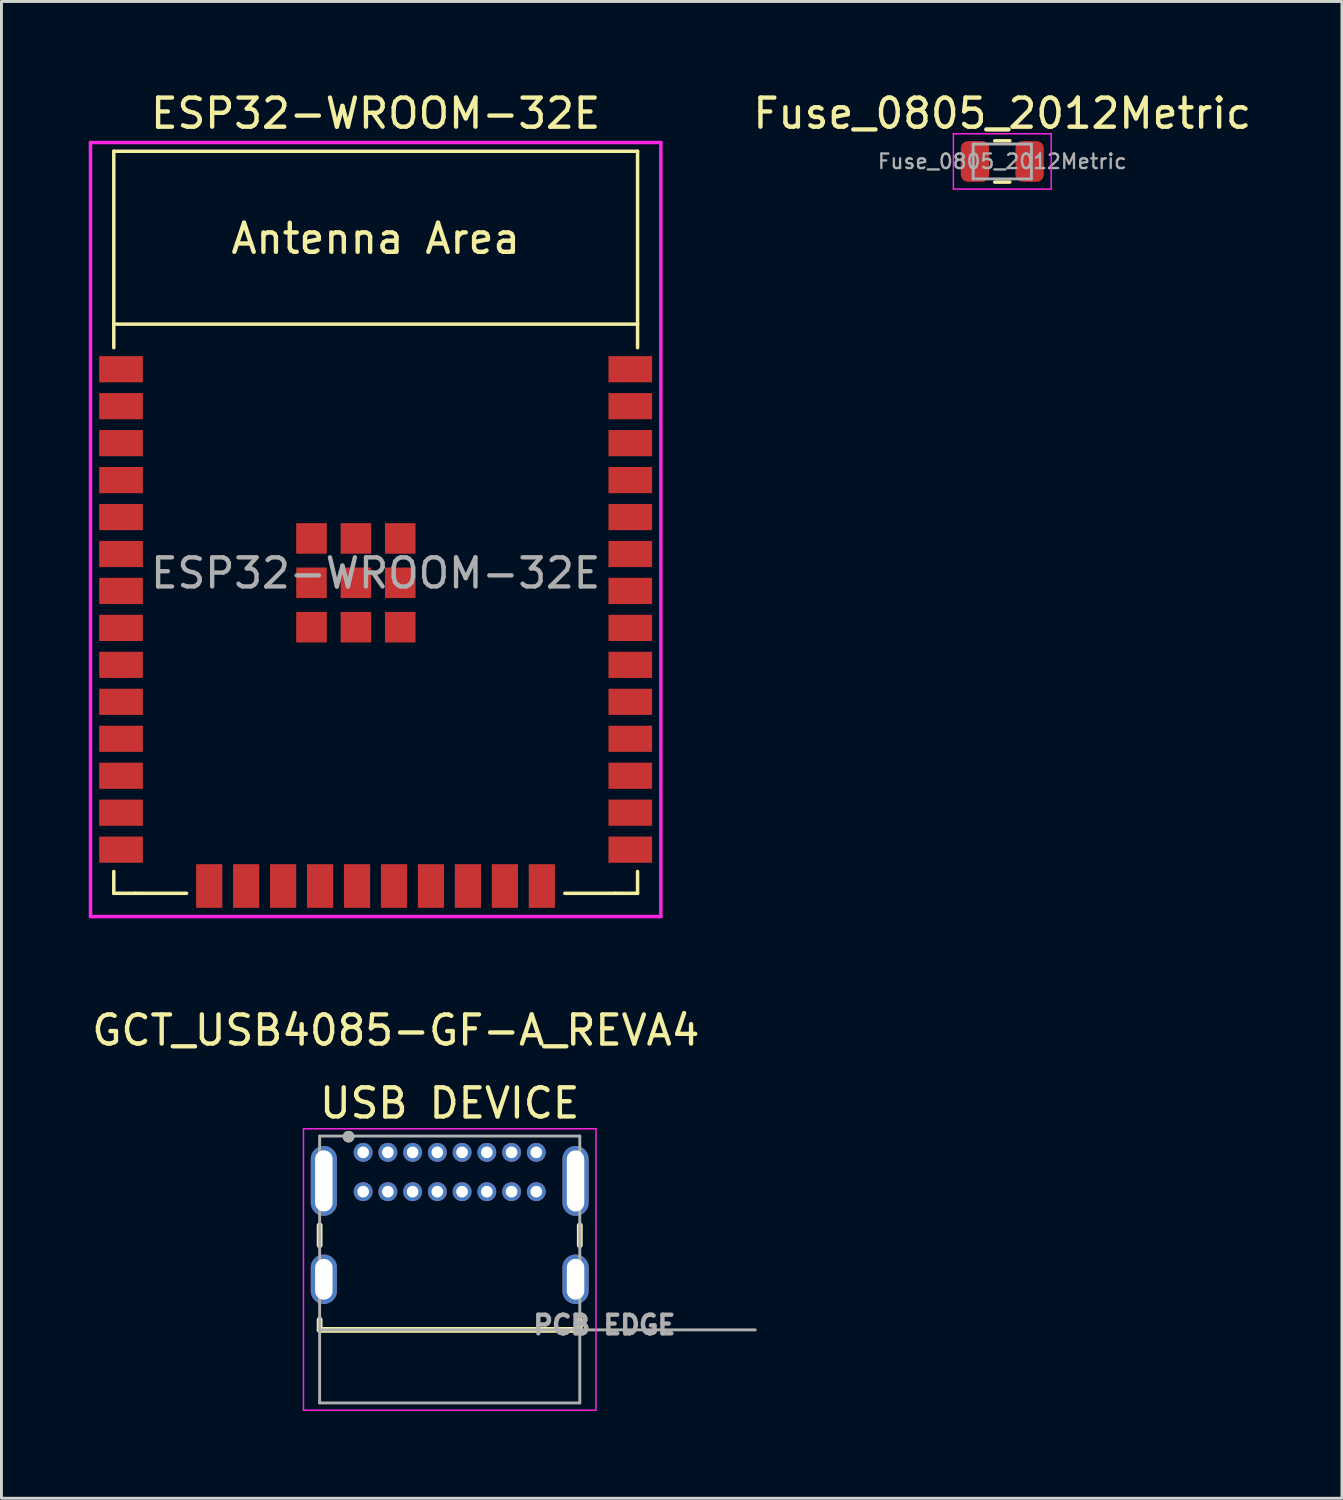
<source format=kicad_pcb>
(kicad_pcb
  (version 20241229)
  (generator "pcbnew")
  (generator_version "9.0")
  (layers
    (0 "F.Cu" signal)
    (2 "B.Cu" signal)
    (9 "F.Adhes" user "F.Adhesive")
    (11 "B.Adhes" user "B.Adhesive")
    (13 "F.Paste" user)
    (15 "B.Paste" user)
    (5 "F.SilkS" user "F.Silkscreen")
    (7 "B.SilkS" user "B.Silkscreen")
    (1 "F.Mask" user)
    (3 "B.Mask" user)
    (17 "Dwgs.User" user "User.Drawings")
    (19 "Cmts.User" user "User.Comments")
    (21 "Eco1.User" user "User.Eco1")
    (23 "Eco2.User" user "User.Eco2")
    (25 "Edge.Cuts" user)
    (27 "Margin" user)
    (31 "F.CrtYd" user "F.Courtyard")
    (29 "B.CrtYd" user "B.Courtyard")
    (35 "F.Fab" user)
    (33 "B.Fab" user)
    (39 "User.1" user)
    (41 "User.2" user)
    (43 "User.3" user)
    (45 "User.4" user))
  (footprint "Fuse_0805_2012Metric"
    (layer "F.Cu")
    (at 31.393 2.498)
    (property "Reference" "Fuse_0805_2012Metric" (at 0 -1.65 0) (layer "F.SilkS") (effects (font (size 1 1) (thickness 0.15))))
    (attr smd)
    (fp_line (start -0.259 -0.71) (end 0.259 -0.71) (stroke (width 0.12) (type solid)) (layer "F.SilkS"))
    (fp_line (start -0.259 0.71) (end 0.259 0.71) (stroke (width 0.12) (type solid)) (layer "F.SilkS"))
    (fp_line (start -1.68 -0.95) (end 1.68 -0.95) (stroke (width 0.05) (type solid)) (layer "F.CrtYd"))
    (fp_line (start -1.68 0.95) (end -1.68 -0.95) (stroke (width 0.05) (type solid)) (layer "F.CrtYd"))
    (fp_line (start 1.68 -0.95) (end 1.68 0.95) (stroke (width 0.05) (type solid)) (layer "F.CrtYd"))
    (fp_line (start 1.68 0.95) (end -1.68 0.95) (stroke (width 0.05) (type solid)) (layer "F.CrtYd"))
    (fp_line (start -1 -0.6) (end 1 -0.6) (stroke (width 0.1) (type solid)) (layer "F.Fab"))
    (fp_line (start -1 0.6) (end -1 -0.6) (stroke (width 0.1) (type solid)) (layer "F.Fab"))
    (fp_line (start 1 -0.6) (end 1 0.6) (stroke (width 0.1) (type solid)) (layer "F.Fab"))
    (fp_line (start 1 0.6) (end -1 0.6) (stroke (width 0.1) (type solid)) (layer "F.Fab"))
    (fp_text user "${REFERENCE}" (at 0 0 0) (layer "F.Fab") (effects (font (size 0.5 0.5) (thickness 0.08))))
    (pad "1" smd roundrect (at -0.938 0) (size 0.975 1.4) (layers "F.Cu" "F.Mask" "F.Paste") (roundrect_rratio 0.25))
    (pad "2" smd roundrect (at 0.938 0) (size 0.975 1.4) (layers "F.Cu" "F.Mask" "F.Paste") (roundrect_rratio 0.25)))
  (footprint "GCT_USB4085-GF-A_REVA4"
    (layer "F.Cu")
    (at 12.404 40.911)
    (property "Reference" "GCT_USB4085-GF-A_REVA4" (at -1.85 -8.555 0) (layer "F.SilkS") (effects (font (size 1 1) (thickness 0.15))))
    (property "Label" "USB DEVICE" (at 0 0 0) (layer "F.Fab") (hide yes) (effects (font (size 1.27 1.27) (thickness 0.15))))
    (attr through_hole)
    (fp_line (start -4.47 -1.85) (end -4.47 -1.17) (stroke (width 0.2) (type solid)) (layer "F.SilkS"))
    (fp_line (start -4.47 1.39) (end -4.47 1.74) (stroke (width 0.2) (type solid)) (layer "F.SilkS"))
    (fp_line (start -4.47 1.74) (end 4.47 1.74) (stroke (width 0.2) (type solid)) (layer "F.SilkS"))
    (fp_line (start 4.47 -1.85) (end 4.47 -1.17) (stroke (width 0.2) (type solid)) (layer "F.SilkS"))
    (fp_line (start 4.47 1.74) (end 4.47 1.39) (stroke (width 0.2) (type solid)) (layer "F.SilkS"))
    (fp_circle (center -3.475 -4.9) (end -3.375 -4.9) (stroke (width 0.2) (type solid)) (fill no) (layer "F.SilkS"))
    (fp_line (start -5.025 -5.17) (end 5.025 -5.17) (stroke (width 0.05) (type solid)) (layer "F.CrtYd"))
    (fp_line (start -5.025 4.5) (end -5.025 -5.17) (stroke (width 0.05) (type solid)) (layer "F.CrtYd"))
    (fp_line (start 5.025 -5.17) (end 5.025 4.5) (stroke (width 0.05) (type solid)) (layer "F.CrtYd"))
    (fp_line (start 5.025 4.5) (end -5.025 4.5) (stroke (width 0.05) (type solid)) (layer "F.CrtYd"))
    (fp_line (start -4.47 -4.92) (end 4.47 -4.92) (stroke (width 0.1) (type solid)) (layer "F.Fab"))
    (fp_line (start -4.47 1.74) (end -4.47 -4.92) (stroke (width 0.1) (type solid)) (layer "F.Fab"))
    (fp_line (start -4.47 1.74) (end 10.5 1.74) (stroke (width 0.1) (type solid)) (layer "F.Fab"))
    (fp_line (start -4.47 4.25) (end -4.47 1.74) (stroke (width 0.1) (type solid)) (layer "F.Fab"))
    (fp_line (start 4.47 -4.92) (end 4.47 4.25) (stroke (width 0.1) (type solid)) (layer "F.Fab"))
    (fp_line (start 4.47 4.25) (end -4.47 4.25) (stroke (width 0.1) (type solid)) (layer "F.Fab"))
    (fp_circle (center -3.475 -4.9) (end -3.375 -4.9) (stroke (width 0.2) (type solid)) (fill no) (layer "F.Fab"))
    (fp_text user "${Label}" (at 0 -6.05 0) (layer "F.SilkS") (effects (font (size 1 1) (thickness 0.15))))
    (fp_text user "PCB EDGE" (at 5.315 1.57 0) (layer "F.Fab") (effects (font (size 0.64 0.64) (thickness 0.15))))
    (pad "A1" thru_hole circle (at -2.975 -4.36) (size 0.65 0.65) (drill 0.4) (layers "*.Cu" "*.Mask"))
    (pad "A4" thru_hole circle (at -2.125 -4.36) (size 0.65 0.65) (drill 0.4) (layers "*.Cu" "*.Mask"))
    (pad "A5" thru_hole circle (at -1.275 -4.36) (size 0.65 0.65) (drill 0.4) (layers "*.Cu" "*.Mask"))
    (pad "A6" thru_hole circle (at -0.425 -4.36) (size 0.65 0.65) (drill 0.4) (layers "*.Cu" "*.Mask"))
    (pad "A7" thru_hole circle (at 0.425 -4.36) (size 0.65 0.65) (drill 0.4) (layers "*.Cu" "*.Mask"))
    (pad "A8" thru_hole circle (at 1.275 -4.36) (size 0.65 0.65) (drill 0.4) (layers "*.Cu" "*.Mask"))
    (pad "A9" thru_hole circle (at 2.125 -4.36) (size 0.65 0.65) (drill 0.4) (layers "*.Cu" "*.Mask"))
    (pad "A12" thru_hole circle (at 2.975 -4.36) (size 0.65 0.65) (drill 0.4) (layers "*.Cu" "*.Mask"))
    (pad "B1" thru_hole circle (at 2.975 -3.01) (size 0.65 0.65) (drill 0.4) (layers "*.Cu" "*.Mask"))
    (pad "B4" thru_hole circle (at 2.125 -3.01) (size 0.65 0.65) (drill 0.4) (layers "*.Cu" "*.Mask"))
    (pad "B5" thru_hole circle (at 1.275 -3.01) (size 0.65 0.65) (drill 0.4) (layers "*.Cu" "*.Mask"))
    (pad "B6" thru_hole circle (at 0.425 -3.01) (size 0.65 0.65) (drill 0.4) (layers "*.Cu" "*.Mask"))
    (pad "B7" thru_hole circle (at -0.425 -3.01) (size 0.65 0.65) (drill 0.4) (layers "*.Cu" "*.Mask"))
    (pad "B8" thru_hole circle (at -1.275 -3.01) (size 0.65 0.65) (drill 0.4) (layers "*.Cu" "*.Mask"))
    (pad "B9" thru_hole circle (at -2.125 -3.01) (size 0.65 0.65) (drill 0.4) (layers "*.Cu" "*.Mask"))
    (pad "B12" thru_hole circle (at -2.975 -3.01) (size 0.65 0.65) (drill 0.4) (layers "*.Cu" "*.Mask"))
    (pad "S1" thru_hole oval (at -4.325 0) (size 0.9 1.7) (drill oval 0.6 1.4) (layers "*.Cu" "*.Mask"))
    (pad "S2" thru_hole oval (at 4.325 0) (size 0.9 1.7) (drill oval 0.6 1.4) (layers "*.Cu" "*.Mask"))
    (pad "S3" thru_hole oval (at -4.325 -3.38) (size 0.9 2.4) (drill oval 0.6 2.1) (layers "*.Cu" "*.Mask"))
    (pad "S4" thru_hole oval (at 4.325 -3.38) (size 0.9 2.4) (drill oval 0.6 2.1) (layers "*.Cu" "*.Mask")))
  (footprint "ESP32-WROOM-32E"
    (layer "F.Cu")
    (at 9.86 16.648)
    (property "Reference" "ESP32-WROOM-32E" (at 0 -15.8 0) (layer "F.SilkS") (effects (font (size 1 1) (thickness 0.15))))
    (attr smd)
    (fp_line (start -9 -14.5) (end -9 -7.75) (stroke (width 0.12) (type solid)) (layer "F.SilkS"))
    (fp_line (start -9 -14.5) (end 9 -14.5) (stroke (width 0.12) (type solid)) (layer "F.SilkS"))
    (fp_line (start -9 10.25) (end -9 11) (stroke (width 0.12) (type solid)) (layer "F.SilkS"))
    (fp_line (start -9 11) (end -8.25 11) (stroke (width 0.12) (type solid)) (layer "F.SilkS"))
    (fp_line (start -8.25 11) (end -6.5 11) (stroke (width 0.12) (type solid)) (layer "F.SilkS"))
    (fp_line (start 8.25 11) (end 6.5 11) (stroke (width 0.12) (type solid)) (layer "F.SilkS"))
    (fp_line (start 9 -14.5) (end 9 -7.75) (stroke (width 0.12) (type solid)) (layer "F.SilkS"))
    (fp_line (start 9 -8.56) (end -9 -8.56) (stroke (width 0.12) (type solid)) (layer "F.SilkS"))
    (fp_line (start 9 10.25) (end 9 11) (stroke (width 0.12) (type solid)) (layer "F.SilkS"))
    (fp_line (start 9 11) (end 8.25 11) (stroke (width 0.12) (type solid)) (layer "F.SilkS"))
    (fp_line (start -9 -14.5) (end 9 -14.5) (stroke (width 0.12) (type solid)) (layer "Eco2.User"))
    (fp_line (start -9 -8.56) (end 9 -8.56) (stroke (width 0.12) (type solid)) (layer "Eco2.User"))
    (fp_line (start -9 11) (end -9 -14.5) (stroke (width 0.12) (type solid)) (layer "Eco2.User"))
    (fp_line (start 9 -14.5) (end 9 11) (stroke (width 0.12) (type solid)) (layer "Eco2.User"))
    (fp_line (start 9 11) (end -9 11) (stroke (width 0.12) (type solid)) (layer "Eco2.User"))
    (fp_line (start -9.8 -14.8) (end -9.8 11.8) (stroke (width 0.12) (type solid)) (layer "F.CrtYd"))
    (fp_line (start -9.8 11.8) (end 9.8 11.8) (stroke (width 0.12) (type solid)) (layer "F.CrtYd"))
    (fp_line (start 9.8 -14.8) (end -9.8 -14.8) (stroke (width 0.12) (type solid)) (layer "F.CrtYd"))
    (fp_line (start 9.8 -14.8) (end 9.8 11.8) (stroke (width 0.12) (type solid)) (layer "F.CrtYd"))
    (fp_text user "Antenna Area" (at 0 -11.5 0) (layer "F.SilkS") (effects (font (size 1 1) (thickness 0.15))))
    (fp_text user "Antenna Area" (at 0 -11.5 0) (layer "Eco2.User") (effects (font (size 1 1) (thickness 0.15))))
    (fp_text user "${REFERENCE}" (at 0 0 0) (layer "F.Fab") (effects (font (size 1 1) (thickness 0.15))))
    (pad "1" smd rect (at -8.75 -7.01) (size 1.5 0.9) (layers "F.Cu" "F.Mask" "F.Paste"))
    (pad "2" smd rect (at -8.75 -5.74) (size 1.5 0.9) (layers "F.Cu" "F.Mask" "F.Paste"))
    (pad "3" smd rect (at -8.75 -4.47) (size 1.5 0.9) (layers "F.Cu" "F.Mask" "F.Paste"))
    (pad "4" smd rect (at -8.75 -3.2) (size 1.5 0.9) (layers "F.Cu" "F.Mask" "F.Paste"))
    (pad "5" smd rect (at -8.75 -1.93) (size 1.5 0.9) (layers "F.Cu" "F.Mask" "F.Paste"))
    (pad "6" smd rect (at -8.75 -0.66) (size 1.5 0.9) (layers "F.Cu" "F.Mask" "F.Paste"))
    (pad "7" smd rect (at -8.75 0.61) (size 1.5 0.9) (layers "F.Cu" "F.Mask" "F.Paste"))
    (pad "8" smd rect (at -8.75 1.88) (size 1.5 0.9) (layers "F.Cu" "F.Mask" "F.Paste"))
    (pad "9" smd rect (at -8.75 3.15) (size 1.5 0.9) (layers "F.Cu" "F.Mask" "F.Paste"))
    (pad "10" smd rect (at -8.75 4.42) (size 1.5 0.9) (layers "F.Cu" "F.Mask" "F.Paste"))
    (pad "11" smd rect (at -8.75 5.69) (size 1.5 0.9) (layers "F.Cu" "F.Mask" "F.Paste"))
    (pad "12" smd rect (at -8.75 6.96) (size 1.5 0.9) (layers "F.Cu" "F.Mask" "F.Paste"))
    (pad "13" smd rect (at -8.75 8.23) (size 1.5 0.9) (layers "F.Cu" "F.Mask" "F.Paste"))
    (pad "14" smd rect (at -8.75 9.5) (size 1.5 0.9) (layers "F.Cu" "F.Mask" "F.Paste"))
    (pad "15" smd rect (at -5.72 10.75 90) (size 1.5 0.9) (layers "F.Cu" "F.Mask" "F.Paste"))
    (pad "16" smd rect (at -4.45 10.75 90) (size 1.5 0.9) (layers "F.Cu" "F.Mask" "F.Paste"))
    (pad "17" smd rect (at -3.18 10.75 90) (size 1.5 0.9) (layers "F.Cu" "F.Mask" "F.Paste"))
    (pad "18" smd rect (at -1.91 10.75 90) (size 1.5 0.9) (layers "F.Cu" "F.Mask" "F.Paste"))
    (pad "19" smd rect (at -0.64 10.75 90) (size 1.5 0.9) (layers "F.Cu" "F.Mask" "F.Paste"))
    (pad "20" smd rect (at 0.63 10.75 90) (size 1.5 0.9) (layers "F.Cu" "F.Mask" "F.Paste"))
    (pad "21" smd rect (at 1.9 10.75 90) (size 1.5 0.9) (layers "F.Cu" "F.Mask" "F.Paste"))
    (pad "22" smd rect (at 3.17 10.75 90) (size 1.5 0.9) (layers "F.Cu" "F.Mask" "F.Paste"))
    (pad "23" smd rect (at 4.44 10.75 90) (size 1.5 0.9) (layers "F.Cu" "F.Mask" "F.Paste"))
    (pad "24" smd rect (at 5.71 10.75 90) (size 1.5 0.9) (layers "F.Cu" "F.Mask" "F.Paste"))
    (pad "25" smd rect (at 8.75 9.5 180) (size 1.5 0.9) (layers "F.Cu" "F.Mask" "F.Paste"))
    (pad "26" smd rect (at 8.75 8.23 180) (size 1.5 0.9) (layers "F.Cu" "F.Mask" "F.Paste"))
    (pad "27" smd rect (at 8.75 6.96 180) (size 1.5 0.9) (layers "F.Cu" "F.Mask" "F.Paste"))
    (pad "28" smd rect (at 8.75 5.69 180) (size 1.5 0.9) (layers "F.Cu" "F.Mask" "F.Paste"))
    (pad "29" smd rect (at 8.75 4.42 180) (size 1.5 0.9) (layers "F.Cu" "F.Mask" "F.Paste"))
    (pad "30" smd rect (at 8.75 3.15 180) (size 1.5 0.9) (layers "F.Cu" "F.Mask" "F.Paste"))
    (pad "31" smd rect (at 8.75 1.88 180) (size 1.5 0.9) (layers "F.Cu" "F.Mask" "F.Paste"))
    (pad "32" smd rect (at 8.75 0.61 180) (size 1.5 0.9) (layers "F.Cu" "F.Mask" "F.Paste"))
    (pad "33" smd rect (at 8.75 -0.66 180) (size 1.5 0.9) (layers "F.Cu" "F.Mask" "F.Paste"))
    (pad "34" smd rect (at 8.75 -1.93 180) (size 1.5 0.9) (layers "F.Cu" "F.Mask" "F.Paste"))
    (pad "35" smd rect (at 8.75 -3.2 180) (size 1.5 0.9) (layers "F.Cu" "F.Mask" "F.Paste"))
    (pad "36" smd rect (at 8.75 -4.47 180) (size 1.5 0.9) (layers "F.Cu" "F.Mask" "F.Paste"))
    (pad "37" smd rect (at 8.75 -5.74 180) (size 1.5 0.9) (layers "F.Cu" "F.Mask" "F.Paste"))
    (pad "38" smd rect (at 8.75 -7.01 180) (size 1.5 0.9) (layers "F.Cu" "F.Mask" "F.Paste"))
    (pad "39" smd rect (at -2.205 -1.195 180) (size 1.05 1.05) (layers "F.Cu" "F.Mask" "F.Paste"))
    (pad "39" smd rect (at -2.205 0.33 180) (size 1.05 1.05) (layers "F.Cu" "F.Mask" "F.Paste"))
    (pad "39" smd rect (at -2.205 1.855 180) (size 1.05 1.05) (layers "F.Cu" "F.Mask" "F.Paste"))
    (pad "39" smd rect (at -0.68 -1.195 180) (size 1.05 1.05) (layers "F.Cu" "F.Mask" "F.Paste"))
    (pad "39" smd rect (at -0.68 0.33 180) (size 1.05 1.05) (layers "F.Cu" "F.Mask" "F.Paste"))
    (pad "39" smd rect (at -0.68 1.855 180) (size 1.05 1.05) (layers "F.Cu" "F.Mask" "F.Paste"))
    (pad "39" smd rect (at 0.845 -1.195 180) (size 1.05 1.05) (layers "F.Cu" "F.Mask" "F.Paste"))
    (pad "39" smd rect (at 0.845 0.33 180) (size 1.05 1.05) (layers "F.Cu" "F.Mask" "F.Paste"))
    (pad "39" smd rect (at 0.845 1.855 180) (size 1.05 1.05) (layers "F.Cu" "F.Mask" "F.Paste")))
  (gr_rect
    (start -3 -3)
    (end 43.065 48.437)
    (stroke (width 0.1) (type default))
    (fill no)
    (layer "Edge.Cuts")))
</source>
